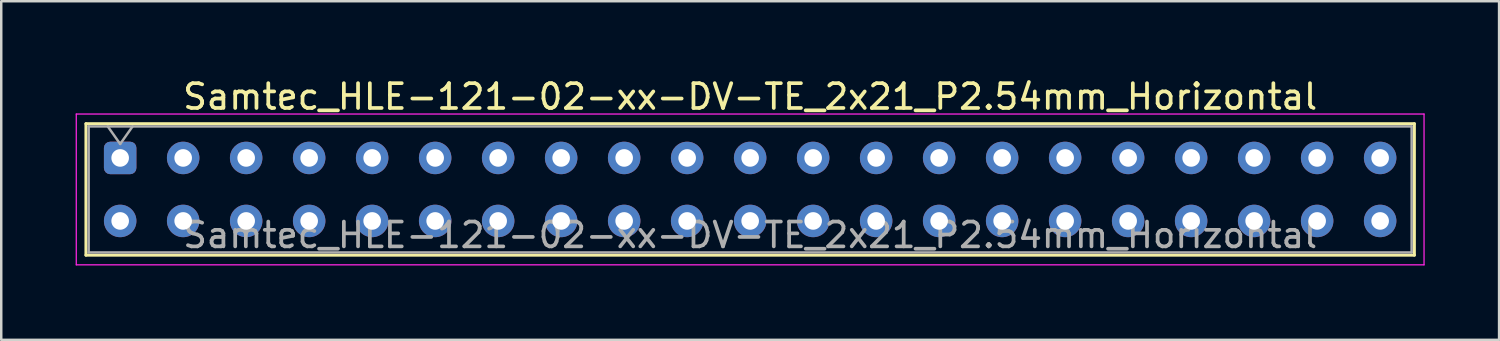
<source format=kicad_pcb>
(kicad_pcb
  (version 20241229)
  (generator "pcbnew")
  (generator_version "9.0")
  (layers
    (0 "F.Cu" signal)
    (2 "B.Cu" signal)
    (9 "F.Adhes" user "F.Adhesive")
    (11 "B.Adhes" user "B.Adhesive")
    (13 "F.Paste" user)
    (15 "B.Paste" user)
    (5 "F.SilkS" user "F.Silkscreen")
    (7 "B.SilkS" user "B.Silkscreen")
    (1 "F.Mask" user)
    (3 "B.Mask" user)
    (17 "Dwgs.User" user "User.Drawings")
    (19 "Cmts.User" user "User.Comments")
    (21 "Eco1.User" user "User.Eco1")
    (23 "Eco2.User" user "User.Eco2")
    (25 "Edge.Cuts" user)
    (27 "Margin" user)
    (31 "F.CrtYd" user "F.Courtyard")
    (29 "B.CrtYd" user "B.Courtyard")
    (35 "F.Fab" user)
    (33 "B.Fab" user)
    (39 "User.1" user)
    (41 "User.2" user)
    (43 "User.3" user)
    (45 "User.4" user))
  (footprint "Samtec_HLE-121-02-xx-DV-TE_2x21_P2.54mm_Horizontal"
    (layer "F.Cu")
    (at 1.795 3.318)
    (property "Reference" "Samtec_HLE-121-02-xx-DV-TE_2x21_P2.54mm_Horizontal" (at 25.4 -2.47 0) (layer "F.SilkS") (effects (font (size 1 1) (thickness 0.15))))
    (attr through_hole)
    (fp_line (start -1.38 -1.38) (end 52.18 -1.38) (stroke (width 0.12) (type solid)) (layer "F.SilkS"))
    (fp_line (start -1.38 3.92) (end -1.38 -1.38) (stroke (width 0.12) (type solid)) (layer "F.SilkS"))
    (fp_line (start 52.18 -1.38) (end 52.18 3.92) (stroke (width 0.12) (type solid)) (layer "F.SilkS"))
    (fp_line (start 52.18 3.92) (end -1.38 3.92) (stroke (width 0.12) (type solid)) (layer "F.SilkS"))
    (fp_line (start -1.77 -1.77) (end 52.57 -1.77) (stroke (width 0.05) (type solid)) (layer "F.CrtYd"))
    (fp_line (start -1.77 4.31) (end -1.77 -1.77) (stroke (width 0.05) (type solid)) (layer "F.CrtYd"))
    (fp_line (start 52.57 -1.77) (end 52.57 4.31) (stroke (width 0.05) (type solid)) (layer "F.CrtYd"))
    (fp_line (start 52.57 4.31) (end -1.77 4.31) (stroke (width 0.05) (type solid)) (layer "F.CrtYd"))
    (fp_line (start -1.27 -1.27) (end 52.07 -1.27) (stroke (width 0.1) (type solid)) (layer "F.Fab"))
    (fp_line (start -1.27 3.81) (end -1.27 -1.27) (stroke (width 0.1) (type solid)) (layer "F.Fab"))
    (fp_line (start -0.5 -1.27) (end 0 -0.563) (stroke (width 0.1) (type solid)) (layer "F.Fab"))
    (fp_line (start 0 -0.563) (end 0.5 -1.27) (stroke (width 0.1) (type solid)) (layer "F.Fab"))
    (fp_line (start 52.07 -1.27) (end 52.07 3.81) (stroke (width 0.1) (type solid)) (layer "F.Fab"))
    (fp_line (start 52.07 3.81) (end -1.27 3.81) (stroke (width 0.1) (type solid)) (layer "F.Fab"))
    (fp_text user "${REFERENCE}" (at 25.4 3.11 0) (layer "F.Fab") (effects (font (size 1 1) (thickness 0.15))))
    (pad "1" thru_hole roundrect (at 0 0) (size 1.31 1.31) (drill 0.71) (layers "*.Cu" "*.Mask") (roundrect_rratio 0.191))
    (pad "2" thru_hole circle (at 0 2.54) (size 1.31 1.31) (drill 0.71) (layers "*.Cu" "*.Mask"))
    (pad "3" thru_hole circle (at 2.54 0) (size 1.31 1.31) (drill 0.71) (layers "*.Cu" "*.Mask"))
    (pad "4" thru_hole circle (at 2.54 2.54) (size 1.31 1.31) (drill 0.71) (layers "*.Cu" "*.Mask"))
    (pad "5" thru_hole circle (at 5.08 0) (size 1.31 1.31) (drill 0.71) (layers "*.Cu" "*.Mask"))
    (pad "6" thru_hole circle (at 5.08 2.54) (size 1.31 1.31) (drill 0.71) (layers "*.Cu" "*.Mask"))
    (pad "7" thru_hole circle (at 7.62 0) (size 1.31 1.31) (drill 0.71) (layers "*.Cu" "*.Mask"))
    (pad "8" thru_hole circle (at 7.62 2.54) (size 1.31 1.31) (drill 0.71) (layers "*.Cu" "*.Mask"))
    (pad "9" thru_hole circle (at 10.16 0) (size 1.31 1.31) (drill 0.71) (layers "*.Cu" "*.Mask"))
    (pad "10" thru_hole circle (at 10.16 2.54) (size 1.31 1.31) (drill 0.71) (layers "*.Cu" "*.Mask"))
    (pad "11" thru_hole circle (at 12.7 0) (size 1.31 1.31) (drill 0.71) (layers "*.Cu" "*.Mask"))
    (pad "12" thru_hole circle (at 12.7 2.54) (size 1.31 1.31) (drill 0.71) (layers "*.Cu" "*.Mask"))
    (pad "13" thru_hole circle (at 15.24 0) (size 1.31 1.31) (drill 0.71) (layers "*.Cu" "*.Mask"))
    (pad "14" thru_hole circle (at 15.24 2.54) (size 1.31 1.31) (drill 0.71) (layers "*.Cu" "*.Mask"))
    (pad "15" thru_hole circle (at 17.78 0) (size 1.31 1.31) (drill 0.71) (layers "*.Cu" "*.Mask"))
    (pad "16" thru_hole circle (at 17.78 2.54) (size 1.31 1.31) (drill 0.71) (layers "*.Cu" "*.Mask"))
    (pad "17" thru_hole circle (at 20.32 0) (size 1.31 1.31) (drill 0.71) (layers "*.Cu" "*.Mask"))
    (pad "18" thru_hole circle (at 20.32 2.54) (size 1.31 1.31) (drill 0.71) (layers "*.Cu" "*.Mask"))
    (pad "19" thru_hole circle (at 22.86 0) (size 1.31 1.31) (drill 0.71) (layers "*.Cu" "*.Mask"))
    (pad "20" thru_hole circle (at 22.86 2.54) (size 1.31 1.31) (drill 0.71) (layers "*.Cu" "*.Mask"))
    (pad "21" thru_hole circle (at 25.4 0) (size 1.31 1.31) (drill 0.71) (layers "*.Cu" "*.Mask"))
    (pad "22" thru_hole circle (at 25.4 2.54) (size 1.31 1.31) (drill 0.71) (layers "*.Cu" "*.Mask"))
    (pad "23" thru_hole circle (at 27.94 0) (size 1.31 1.31) (drill 0.71) (layers "*.Cu" "*.Mask"))
    (pad "24" thru_hole circle (at 27.94 2.54) (size 1.31 1.31) (drill 0.71) (layers "*.Cu" "*.Mask"))
    (pad "25" thru_hole circle (at 30.48 0) (size 1.31 1.31) (drill 0.71) (layers "*.Cu" "*.Mask"))
    (pad "26" thru_hole circle (at 30.48 2.54) (size 1.31 1.31) (drill 0.71) (layers "*.Cu" "*.Mask"))
    (pad "27" thru_hole circle (at 33.02 0) (size 1.31 1.31) (drill 0.71) (layers "*.Cu" "*.Mask"))
    (pad "28" thru_hole circle (at 33.02 2.54) (size 1.31 1.31) (drill 0.71) (layers "*.Cu" "*.Mask"))
    (pad "29" thru_hole circle (at 35.56 0) (size 1.31 1.31) (drill 0.71) (layers "*.Cu" "*.Mask"))
    (pad "30" thru_hole circle (at 35.56 2.54) (size 1.31 1.31) (drill 0.71) (layers "*.Cu" "*.Mask"))
    (pad "31" thru_hole circle (at 38.1 0) (size 1.31 1.31) (drill 0.71) (layers "*.Cu" "*.Mask"))
    (pad "32" thru_hole circle (at 38.1 2.54) (size 1.31 1.31) (drill 0.71) (layers "*.Cu" "*.Mask"))
    (pad "33" thru_hole circle (at 40.64 0) (size 1.31 1.31) (drill 0.71) (layers "*.Cu" "*.Mask"))
    (pad "34" thru_hole circle (at 40.64 2.54) (size 1.31 1.31) (drill 0.71) (layers "*.Cu" "*.Mask"))
    (pad "35" thru_hole circle (at 43.18 0) (size 1.31 1.31) (drill 0.71) (layers "*.Cu" "*.Mask"))
    (pad "36" thru_hole circle (at 43.18 2.54) (size 1.31 1.31) (drill 0.71) (layers "*.Cu" "*.Mask"))
    (pad "37" thru_hole circle (at 45.72 0) (size 1.31 1.31) (drill 0.71) (layers "*.Cu" "*.Mask"))
    (pad "38" thru_hole circle (at 45.72 2.54) (size 1.31 1.31) (drill 0.71) (layers "*.Cu" "*.Mask"))
    (pad "39" thru_hole circle (at 48.26 0) (size 1.31 1.31) (drill 0.71) (layers "*.Cu" "*.Mask"))
    (pad "40" thru_hole circle (at 48.26 2.54) (size 1.31 1.31) (drill 0.71) (layers "*.Cu" "*.Mask"))
    (pad "41" thru_hole circle (at 50.8 0) (size 1.31 1.31) (drill 0.71) (layers "*.Cu" "*.Mask"))
    (pad "42" thru_hole circle (at 50.8 2.54) (size 1.31 1.31) (drill 0.71) (layers "*.Cu" "*.Mask")))
  (gr_rect
    (start -3 -3)
    (end 57.39 10.653)
    (stroke (width 0.1) (type default))
    (fill no)
    (layer "Edge.Cuts")))
</source>
